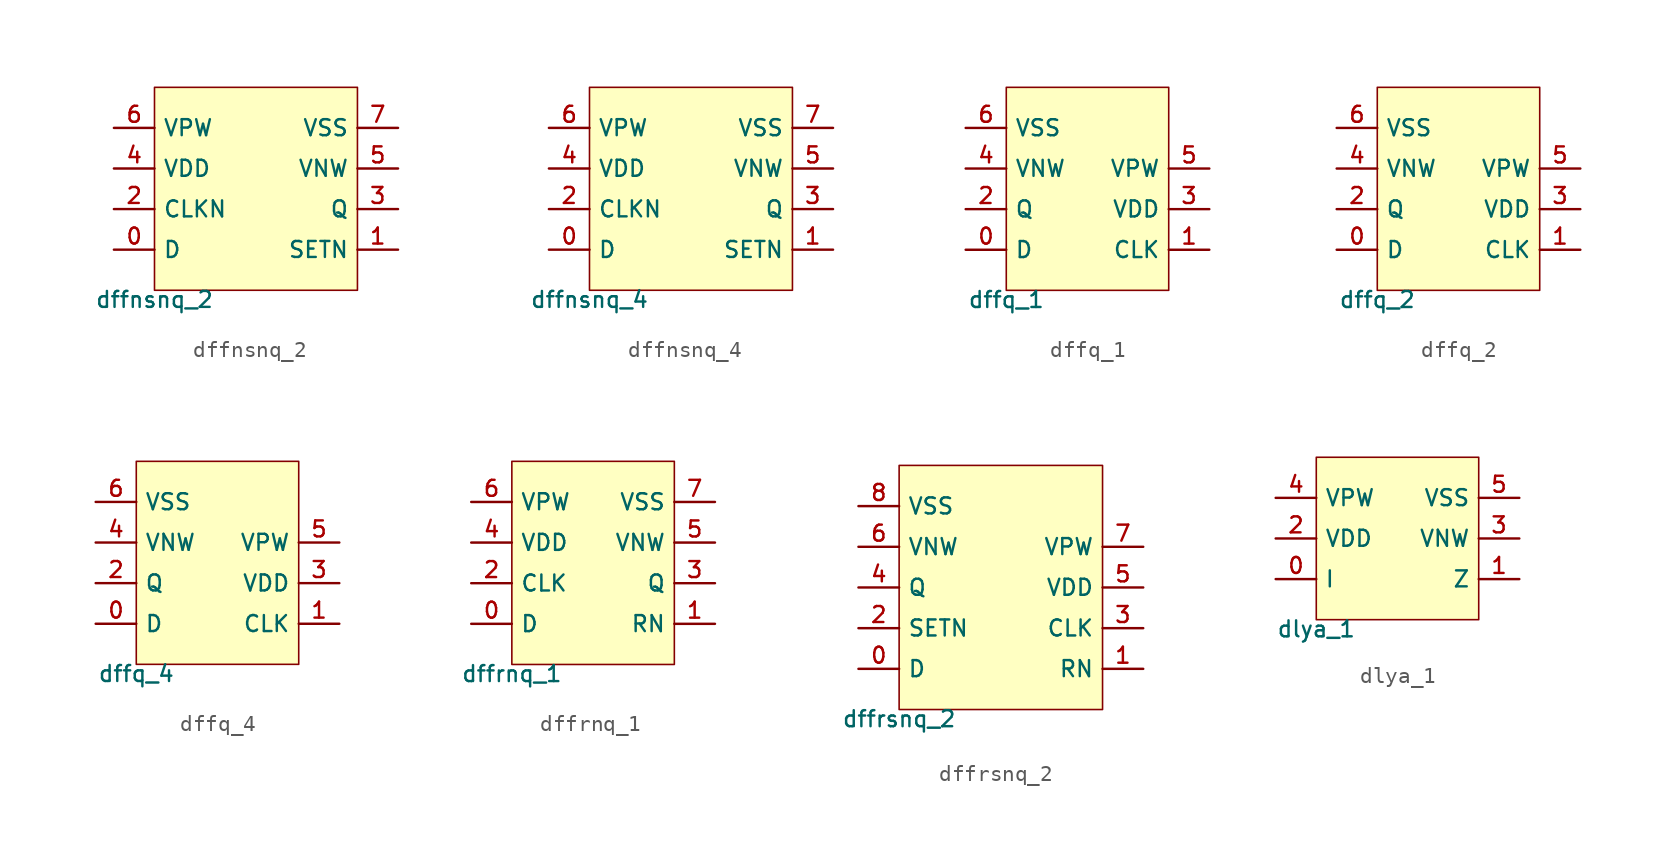
<source format=kicad_sym>
(kicad_symbol_lib
  (version 20211014)
  (generator pdk2kicad)
  (symbol "dffnsnq_2"
    (property "Reference" "X"
      (at 0 0 0)
      (effects (font (size 1 1)) hide))
    (property "Value" "dffnsnq_2"
      (at -6.35 -6.35 0)
      (effects (font (size 1 1)) (justify top)))
    (rectangle
      (start -6.35 -6.35)
      (end 6.35 6.35)
      (stroke (width 0.1) (type solid) (color 0 0 0 0))
      (fill (type background)))
    (pin bidirectional line
      (at -8.89 -3.81 0)
      (length 2.54)
      (name "D" (effects (font (size 1 1)) hide))
      (number "0" (effects (font (size 1 1)) hide)))
    (pin bidirectional line
      (at 8.89 -3.81 180)
      (length 2.54)
      (name "SETN" (effects (font (size 1 1)) hide))
      (number "1" (effects (font (size 1 1)) hide)))
    (pin bidirectional line
      (at -8.89 -1.27 0)
      (length 2.54)
      (name "CLKN" (effects (font (size 1 1)) hide))
      (number "2" (effects (font (size 1 1)) hide)))
    (pin bidirectional line
      (at 8.89 -1.27 180)
      (length 2.54)
      (name "Q" (effects (font (size 1 1)) hide))
      (number "3" (effects (font (size 1 1)) hide)))
    (pin bidirectional line
      (at -8.89 1.27 0)
      (length 2.54)
      (name "VDD" (effects (font (size 1 1)) hide))
      (number "4" (effects (font (size 1 1)) hide)))
    (pin bidirectional line
      (at 8.89 1.27 180)
      (length 2.54)
      (name "VNW" (effects (font (size 1 1)) hide))
      (number "5" (effects (font (size 1 1)) hide)))
    (pin bidirectional line
      (at -8.89 3.81 0)
      (length 2.54)
      (name "VPW" (effects (font (size 1 1)) hide))
      (number "6" (effects (font (size 1 1)) hide)))
    (pin bidirectional line
      (at 8.89 3.81 180)
      (length 2.54)
      (name "VSS" (effects (font (size 1 1)) hide))
      (number "7" (effects (font (size 1 1)) hide))))
  (symbol "dffnsnq_4"
    (property "Reference" "X"
      (at 0 0 0)
      (effects (font (size 1 1)) hide))
    (property "Value" "dffnsnq_4"
      (at -6.35 -6.35 0)
      (effects (font (size 1 1)) (justify top)))
    (rectangle
      (start -6.35 -6.35)
      (end 6.35 6.35)
      (stroke (width 0.1) (type solid) (color 0 0 0 0))
      (fill (type background)))
    (pin bidirectional line
      (at -8.89 -3.81 0)
      (length 2.54)
      (name "D" (effects (font (size 1 1)) hide))
      (number "0" (effects (font (size 1 1)) hide)))
    (pin bidirectional line
      (at 8.89 -3.81 180)
      (length 2.54)
      (name "SETN" (effects (font (size 1 1)) hide))
      (number "1" (effects (font (size 1 1)) hide)))
    (pin bidirectional line
      (at -8.89 -1.27 0)
      (length 2.54)
      (name "CLKN" (effects (font (size 1 1)) hide))
      (number "2" (effects (font (size 1 1)) hide)))
    (pin bidirectional line
      (at 8.89 -1.27 180)
      (length 2.54)
      (name "Q" (effects (font (size 1 1)) hide))
      (number "3" (effects (font (size 1 1)) hide)))
    (pin bidirectional line
      (at -8.89 1.27 0)
      (length 2.54)
      (name "VDD" (effects (font (size 1 1)) hide))
      (number "4" (effects (font (size 1 1)) hide)))
    (pin bidirectional line
      (at 8.89 1.27 180)
      (length 2.54)
      (name "VNW" (effects (font (size 1 1)) hide))
      (number "5" (effects (font (size 1 1)) hide)))
    (pin bidirectional line
      (at -8.89 3.81 0)
      (length 2.54)
      (name "VPW" (effects (font (size 1 1)) hide))
      (number "6" (effects (font (size 1 1)) hide)))
    (pin bidirectional line
      (at 8.89 3.81 180)
      (length 2.54)
      (name "VSS" (effects (font (size 1 1)) hide))
      (number "7" (effects (font (size 1 1)) hide))))
  (symbol "dffq_1"
    (property "Reference" "X"
      (at 0 0 0)
      (effects (font (size 1 1)) hide))
    (property "Value" "dffq_1"
      (at -5.08 -6.35 0)
      (effects (font (size 1 1)) (justify top)))
    (rectangle
      (start -5.08 -6.35)
      (end 5.08 6.35)
      (stroke (width 0.1) (type solid) (color 0 0 0 0))
      (fill (type background)))
    (pin bidirectional line
      (at -7.62 -3.81 0)
      (length 2.54)
      (name "D" (effects (font (size 1 1)) hide))
      (number "0" (effects (font (size 1 1)) hide)))
    (pin bidirectional line
      (at 7.62 -3.81 180)
      (length 2.54)
      (name "CLK" (effects (font (size 1 1)) hide))
      (number "1" (effects (font (size 1 1)) hide)))
    (pin bidirectional line
      (at -7.62 -1.27 0)
      (length 2.54)
      (name "Q" (effects (font (size 1 1)) hide))
      (number "2" (effects (font (size 1 1)) hide)))
    (pin bidirectional line
      (at 7.62 -1.27 180)
      (length 2.54)
      (name "VDD" (effects (font (size 1 1)) hide))
      (number "3" (effects (font (size 1 1)) hide)))
    (pin bidirectional line
      (at -7.62 1.27 0)
      (length 2.54)
      (name "VNW" (effects (font (size 1 1)) hide))
      (number "4" (effects (font (size 1 1)) hide)))
    (pin bidirectional line
      (at 7.62 1.27 180)
      (length 2.54)
      (name "VPW" (effects (font (size 1 1)) hide))
      (number "5" (effects (font (size 1 1)) hide)))
    (pin bidirectional line
      (at -7.62 3.81 0)
      (length 2.54)
      (name "VSS" (effects (font (size 1 1)) hide))
      (number "6" (effects (font (size 1 1)) hide))))
  (symbol "dffq_2"
    (property "Reference" "X"
      (at 0 0 0)
      (effects (font (size 1 1)) hide))
    (property "Value" "dffq_2"
      (at -5.08 -6.35 0)
      (effects (font (size 1 1)) (justify top)))
    (rectangle
      (start -5.08 -6.35)
      (end 5.08 6.35)
      (stroke (width 0.1) (type solid) (color 0 0 0 0))
      (fill (type background)))
    (pin bidirectional line
      (at -7.62 -3.81 0)
      (length 2.54)
      (name "D" (effects (font (size 1 1)) hide))
      (number "0" (effects (font (size 1 1)) hide)))
    (pin bidirectional line
      (at 7.62 -3.81 180)
      (length 2.54)
      (name "CLK" (effects (font (size 1 1)) hide))
      (number "1" (effects (font (size 1 1)) hide)))
    (pin bidirectional line
      (at -7.62 -1.27 0)
      (length 2.54)
      (name "Q" (effects (font (size 1 1)) hide))
      (number "2" (effects (font (size 1 1)) hide)))
    (pin bidirectional line
      (at 7.62 -1.27 180)
      (length 2.54)
      (name "VDD" (effects (font (size 1 1)) hide))
      (number "3" (effects (font (size 1 1)) hide)))
    (pin bidirectional line
      (at -7.62 1.27 0)
      (length 2.54)
      (name "VNW" (effects (font (size 1 1)) hide))
      (number "4" (effects (font (size 1 1)) hide)))
    (pin bidirectional line
      (at 7.62 1.27 180)
      (length 2.54)
      (name "VPW" (effects (font (size 1 1)) hide))
      (number "5" (effects (font (size 1 1)) hide)))
    (pin bidirectional line
      (at -7.62 3.81 0)
      (length 2.54)
      (name "VSS" (effects (font (size 1 1)) hide))
      (number "6" (effects (font (size 1 1)) hide))))
  (symbol "dffq_4"
    (property "Reference" "X"
      (at 0 0 0)
      (effects (font (size 1 1)) hide))
    (property "Value" "dffq_4"
      (at -5.08 -6.35 0)
      (effects (font (size 1 1)) (justify top)))
    (rectangle
      (start -5.08 -6.35)
      (end 5.08 6.35)
      (stroke (width 0.1) (type solid) (color 0 0 0 0))
      (fill (type background)))
    (pin bidirectional line
      (at -7.62 -3.81 0)
      (length 2.54)
      (name "D" (effects (font (size 1 1)) hide))
      (number "0" (effects (font (size 1 1)) hide)))
    (pin bidirectional line
      (at 7.62 -3.81 180)
      (length 2.54)
      (name "CLK" (effects (font (size 1 1)) hide))
      (number "1" (effects (font (size 1 1)) hide)))
    (pin bidirectional line
      (at -7.62 -1.27 0)
      (length 2.54)
      (name "Q" (effects (font (size 1 1)) hide))
      (number "2" (effects (font (size 1 1)) hide)))
    (pin bidirectional line
      (at 7.62 -1.27 180)
      (length 2.54)
      (name "VDD" (effects (font (size 1 1)) hide))
      (number "3" (effects (font (size 1 1)) hide)))
    (pin bidirectional line
      (at -7.62 1.27 0)
      (length 2.54)
      (name "VNW" (effects (font (size 1 1)) hide))
      (number "4" (effects (font (size 1 1)) hide)))
    (pin bidirectional line
      (at 7.62 1.27 180)
      (length 2.54)
      (name "VPW" (effects (font (size 1 1)) hide))
      (number "5" (effects (font (size 1 1)) hide)))
    (pin bidirectional line
      (at -7.62 3.81 0)
      (length 2.54)
      (name "VSS" (effects (font (size 1 1)) hide))
      (number "6" (effects (font (size 1 1)) hide))))
  (symbol "dffrnq_1"
    (property "Reference" "X"
      (at 0 0 0)
      (effects (font (size 1 1)) hide))
    (property "Value" "dffrnq_1"
      (at -5.08 -6.35 0)
      (effects (font (size 1 1)) (justify top)))
    (rectangle
      (start -5.08 -6.35)
      (end 5.08 6.35)
      (stroke (width 0.1) (type solid) (color 0 0 0 0))
      (fill (type background)))
    (pin bidirectional line
      (at -7.62 -3.81 0)
      (length 2.54)
      (name "D" (effects (font (size 1 1)) hide))
      (number "0" (effects (font (size 1 1)) hide)))
    (pin bidirectional line
      (at 7.62 -3.81 180)
      (length 2.54)
      (name "RN" (effects (font (size 1 1)) hide))
      (number "1" (effects (font (size 1 1)) hide)))
    (pin bidirectional line
      (at -7.62 -1.27 0)
      (length 2.54)
      (name "CLK" (effects (font (size 1 1)) hide))
      (number "2" (effects (font (size 1 1)) hide)))
    (pin bidirectional line
      (at 7.62 -1.27 180)
      (length 2.54)
      (name "Q" (effects (font (size 1 1)) hide))
      (number "3" (effects (font (size 1 1)) hide)))
    (pin bidirectional line
      (at -7.62 1.27 0)
      (length 2.54)
      (name "VDD" (effects (font (size 1 1)) hide))
      (number "4" (effects (font (size 1 1)) hide)))
    (pin bidirectional line
      (at 7.62 1.27 180)
      (length 2.54)
      (name "VNW" (effects (font (size 1 1)) hide))
      (number "5" (effects (font (size 1 1)) hide)))
    (pin bidirectional line
      (at -7.62 3.81 0)
      (length 2.54)
      (name "VPW" (effects (font (size 1 1)) hide))
      (number "6" (effects (font (size 1 1)) hide)))
    (pin bidirectional line
      (at 7.62 3.81 180)
      (length 2.54)
      (name "VSS" (effects (font (size 1 1)) hide))
      (number "7" (effects (font (size 1 1)) hide))))
  (symbol "dffrsnq_2"
    (property "Reference" "X"
      (at 0 0 0)
      (effects (font (size 1 1)) hide))
    (property "Value" "dffrsnq_2"
      (at -6.35 -7.62 0)
      (effects (font (size 1 1)) (justify top)))
    (rectangle
      (start -6.35 -7.62)
      (end 6.35 7.62)
      (stroke (width 0.1) (type solid) (color 0 0 0 0))
      (fill (type background)))
    (pin bidirectional line
      (at -8.89 -5.08 0)
      (length 2.54)
      (name "D" (effects (font (size 1 1)) hide))
      (number "0" (effects (font (size 1 1)) hide)))
    (pin bidirectional line
      (at 8.89 -5.08 180)
      (length 2.54)
      (name "RN" (effects (font (size 1 1)) hide))
      (number "1" (effects (font (size 1 1)) hide)))
    (pin bidirectional line
      (at -8.89 -2.54 0)
      (length 2.54)
      (name "SETN" (effects (font (size 1 1)) hide))
      (number "2" (effects (font (size 1 1)) hide)))
    (pin bidirectional line
      (at 8.89 -2.54 180)
      (length 2.54)
      (name "CLK" (effects (font (size 1 1)) hide))
      (number "3" (effects (font (size 1 1)) hide)))
    (pin bidirectional line
      (at -8.89 8.881784197001252e-16 0)
      (length 2.54)
      (name "Q" (effects (font (size 1 1)) hide))
      (number "4" (effects (font (size 1 1)) hide)))
    (pin bidirectional line
      (at 8.89 8.881784197001252e-16 180)
      (length 2.54)
      (name "VDD" (effects (font (size 1 1)) hide))
      (number "5" (effects (font (size 1 1)) hide)))
    (pin bidirectional line
      (at -8.89 2.54 0)
      (length 2.54)
      (name "VNW" (effects (font (size 1 1)) hide))
      (number "6" (effects (font (size 1 1)) hide)))
    (pin bidirectional line
      (at 8.89 2.54 180)
      (length 2.54)
      (name "VPW" (effects (font (size 1 1)) hide))
      (number "7" (effects (font (size 1 1)) hide)))
    (pin bidirectional line
      (at -8.89 5.08 0)
      (length 2.54)
      (name "VSS" (effects (font (size 1 1)) hide))
      (number "8" (effects (font (size 1 1)) hide))))
  (symbol "dlya_1"
    (property "Reference" "X"
      (at 0 0 0)
      (effects (font (size 1 1)) hide))
    (property "Value" "dlya_1"
      (at -5.08 -5.08 0)
      (effects (font (size 1 1)) (justify top)))
    (rectangle
      (start -5.08 -5.08)
      (end 5.08 5.08)
      (stroke (width 0.1) (type solid) (color 0 0 0 0))
      (fill (type background)))
    (pin bidirectional line
      (at -7.62 -2.54 0)
      (length 2.54)
      (name "I" (effects (font (size 1 1)) hide))
      (number "0" (effects (font (size 1 1)) hide)))
    (pin bidirectional line
      (at 7.62 -2.54 180)
      (length 2.54)
      (name "Z" (effects (font (size 1 1)) hide))
      (number "1" (effects (font (size 1 1)) hide)))
    (pin bidirectional line
      (at -7.62 0.0 0)
      (length 2.54)
      (name "VDD" (effects (font (size 1 1)) hide))
      (number "2" (effects (font (size 1 1)) hide)))
    (pin bidirectional line
      (at 7.62 0.0 180)
      (length 2.54)
      (name "VNW" (effects (font (size 1 1)) hide))
      (number "3" (effects (font (size 1 1)) hide)))
    (pin bidirectional line
      (at -7.62 2.54 0)
      (length 2.54)
      (name "VPW" (effects (font (size 1 1)) hide))
      (number "4" (effects (font (size 1 1)) hide)))
    (pin bidirectional line
      (at 7.62 2.54 180)
      (length 2.54)
      (name "VSS" (effects (font (size 1 1)) hide))
      (number "5" (effects (font (size 1 1)) hide)))))
</source>
